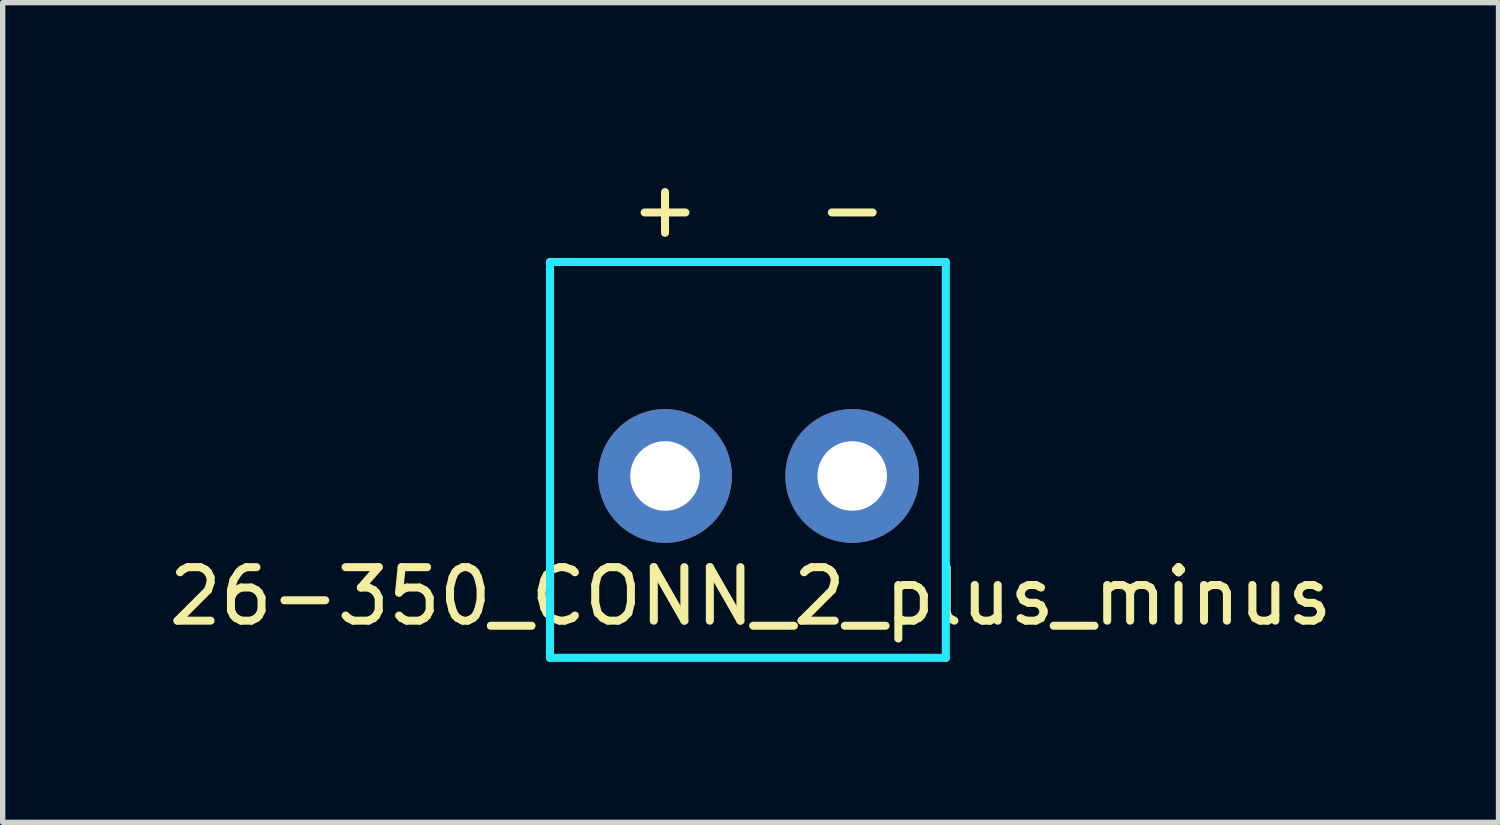
<source format=kicad_pcb>
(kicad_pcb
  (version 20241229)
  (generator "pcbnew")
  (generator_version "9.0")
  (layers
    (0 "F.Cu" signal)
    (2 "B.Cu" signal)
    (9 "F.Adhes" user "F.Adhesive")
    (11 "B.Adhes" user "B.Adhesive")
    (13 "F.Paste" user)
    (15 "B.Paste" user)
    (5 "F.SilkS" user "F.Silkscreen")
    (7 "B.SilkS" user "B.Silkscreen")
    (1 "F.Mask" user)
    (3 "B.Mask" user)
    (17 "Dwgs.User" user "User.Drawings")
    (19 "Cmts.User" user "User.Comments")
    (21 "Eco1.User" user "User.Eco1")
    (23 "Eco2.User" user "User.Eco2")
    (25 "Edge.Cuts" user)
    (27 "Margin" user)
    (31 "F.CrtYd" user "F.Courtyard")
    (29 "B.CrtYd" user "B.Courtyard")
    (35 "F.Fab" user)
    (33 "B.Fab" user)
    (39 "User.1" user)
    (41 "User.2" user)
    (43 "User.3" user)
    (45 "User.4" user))
  (footprint "26-350_CONN_2_plus_minus"
    (layer "F.Cu")
    (at 11.132 5.848)
    (property "Reference" "26-350_CONN_2_plus_minus" (at -0.15 2.25 0) (layer "F.SilkS") (effects (font (size 1 1) (thickness 0.15))))
    (attr through_hole)
    (fp_line (start -3.9 -4) (end -3.9 3.4) (stroke (width 0.15) (type solid)) (layer "B.CrtYd"))
    (fp_line (start -3.9 3.4) (end 3.5 3.4) (stroke (width 0.15) (type solid)) (layer "B.CrtYd"))
    (fp_line (start 3.5 -4) (end -3.9 -4) (stroke (width 0.15) (type solid)) (layer "B.CrtYd"))
    (fp_line (start 3.5 3.4) (end 3.5 -4) (stroke (width 0.15) (type solid)) (layer "B.CrtYd"))
    (fp_text user "-" (at 1.75 -5 0) (layer "F.SilkS") (effects (font (size 1 1) (thickness 0.15))))
    (fp_text user "+" (at -1.75 -5 0) (layer "F.SilkS") (effects (font (size 1 1) (thickness 0.15))))
    (pad "1" thru_hole circle (at -1.75 0) (size 2.5 2.5) (drill 1.3) (layers "*.Cu" "*.Mask"))
    (pad "2" thru_hole circle (at 1.75 0) (size 2.5 2.5) (drill 1.3) (layers "*.Cu" "*.Mask")))
  (gr_rect
    (start -3 -3)
    (end 24.964 12.323)
    (stroke (width 0.1) (type default))
    (fill no)
    (layer "Edge.Cuts")))
</source>
